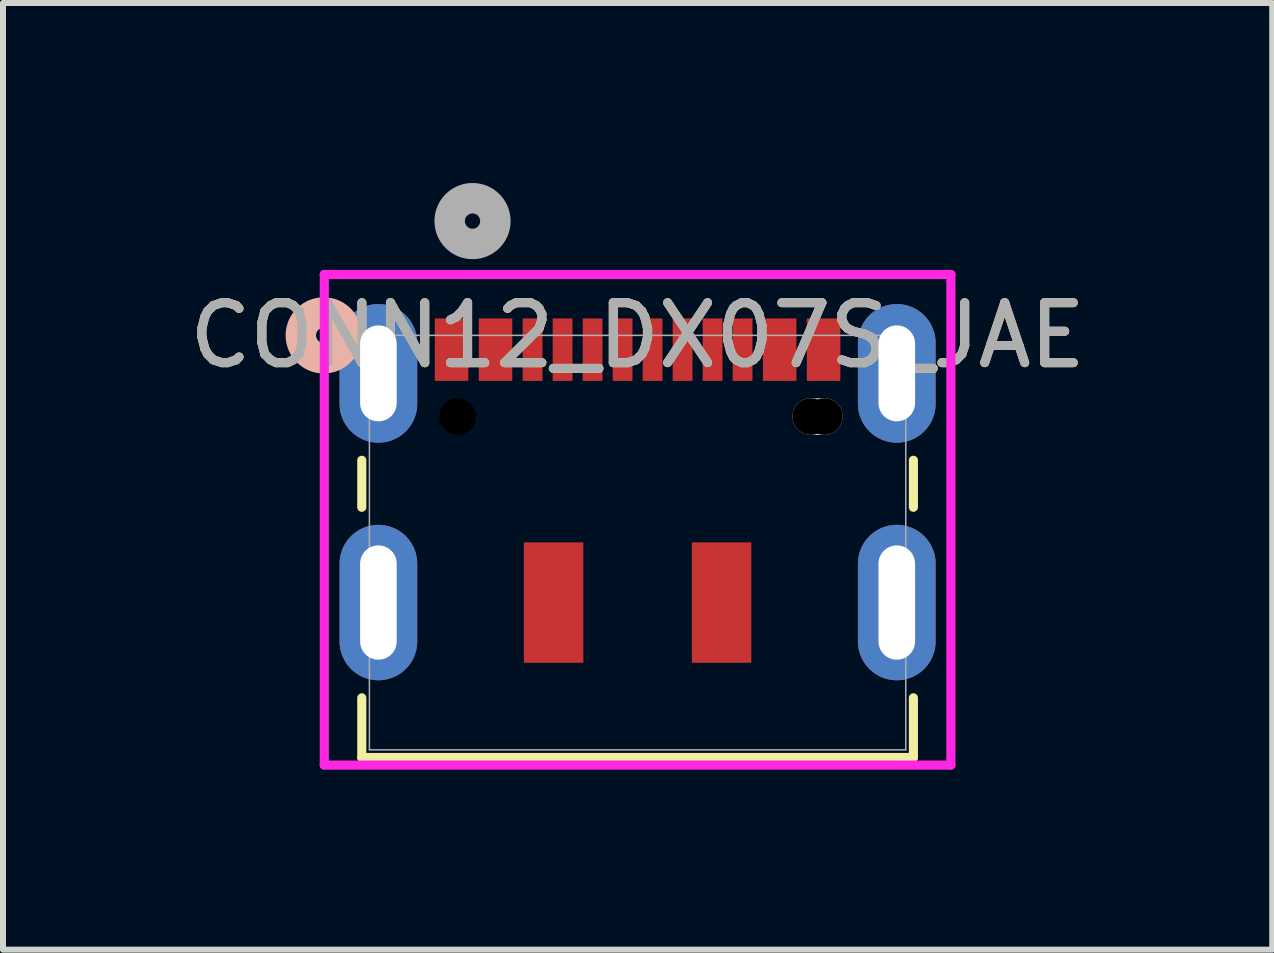
<source format=kicad_pcb>
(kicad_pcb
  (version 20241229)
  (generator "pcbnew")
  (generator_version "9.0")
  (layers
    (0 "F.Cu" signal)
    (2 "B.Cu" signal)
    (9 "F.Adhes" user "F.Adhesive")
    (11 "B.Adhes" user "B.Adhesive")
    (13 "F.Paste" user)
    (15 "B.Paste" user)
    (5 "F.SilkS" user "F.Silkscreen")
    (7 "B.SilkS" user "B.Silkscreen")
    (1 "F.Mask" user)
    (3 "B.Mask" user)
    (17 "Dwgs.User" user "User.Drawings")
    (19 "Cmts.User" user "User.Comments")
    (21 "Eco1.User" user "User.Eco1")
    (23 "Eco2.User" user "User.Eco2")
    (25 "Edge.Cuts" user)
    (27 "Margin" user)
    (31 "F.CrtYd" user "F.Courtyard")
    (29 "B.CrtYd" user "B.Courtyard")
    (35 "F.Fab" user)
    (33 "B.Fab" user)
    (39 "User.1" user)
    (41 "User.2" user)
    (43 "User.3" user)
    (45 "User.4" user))
  (footprint "CONN12_DX07S_JAE"
    (layer "F.Cu")
    (at 7.577 5.994)
    (property "Reference" "CONN12_DX07S_JAE" (at 0 -3.454 0) (unlocked yes) (layer "F.SilkS") (effects (font (size 1 1) (thickness 0.15))))
    (attr smd)
    (fp_line (start -4.597 -0.589) (end -4.597 -1.372) (stroke (width 0.152) (type solid)) (layer "F.SilkS"))
    (fp_line (start -4.597 3.581) (end -4.597 2.587) (stroke (width 0.152) (type solid)) (layer "F.SilkS"))
    (fp_line (start 4.597 -1.372) (end 4.597 -0.589) (stroke (width 0.152) (type solid)) (layer "F.SilkS"))
    (fp_line (start 4.597 2.587) (end 4.597 3.581) (stroke (width 0.152) (type solid)) (layer "F.SilkS"))
    (fp_line (start 4.597 3.581) (end -4.597 3.581) (stroke (width 0.152) (type solid)) (layer "F.SilkS"))
    (fp_circle (center -5.232 -3.454) (end -4.851 -3.454) (stroke (width 0.508) (type solid)) (fill no) (layer "B.SilkS"))
    (fp_line (start 2.886 -2.101) (end 3.114 -2.101) (stroke (width 0.61) (type solid)) (layer "Edge.Cuts"))
    (fp_line (start -5.222 -4.469) (end -5.222 3.708) (stroke (width 0.152) (type solid)) (layer "F.CrtYd"))
    (fp_line (start -5.222 3.708) (end 5.222 3.708) (stroke (width 0.152) (type solid)) (layer "F.CrtYd"))
    (fp_line (start 5.222 -4.469) (end -5.222 -4.469) (stroke (width 0.152) (type solid)) (layer "F.CrtYd"))
    (fp_line (start 5.222 3.708) (end 5.222 -4.469) (stroke (width 0.152) (type solid)) (layer "F.CrtYd"))
    (fp_line (start -4.47 -3.454) (end -4.47 3.454) (stroke (width 0.025) (type solid)) (layer "F.Fab"))
    (fp_line (start -4.47 3.454) (end 4.47 3.454) (stroke (width 0.025) (type solid)) (layer "F.Fab"))
    (fp_line (start 4.47 -3.454) (end -4.47 -3.454) (stroke (width 0.025) (type solid)) (layer "F.Fab"))
    (fp_line (start 4.47 3.454) (end 4.47 -3.454) (stroke (width 0.025) (type solid)) (layer "F.Fab"))
    (fp_circle (center -2.751 -5.359) (end -2.37 -5.359) (stroke (width 0.508) (type solid)) (fill no) (layer "F.Fab"))
    (fp_text user "${REFERENCE}" (at 0 -3.454 0) (unlocked yes) (layer "F.Fab") (effects (font (size 1 1) (thickness 0.15))))
    (pad "" np_thru_hole oval (at -4.32 0.999) (size 1.295 2.591) (drill oval 0.61 1.905) (layers "*.Cu" "*.Mask"))
    (pad "" np_thru_hole oval (at -4.32 -2.821) (size 1.295 2.311) (drill oval 0.61 1.6) (layers "*.Cu" "*.Mask"))
    (pad "" np_thru_hole circle (at -3 -2.101) (size 0.61 0.61) (drill 0.61) (layers))
    (pad "" np_thru_hole circle (at 2.886 -2.101) (size 0.61 0.61) (drill 0.61) (layers))
    (pad "" np_thru_hole circle (at 3.114 -2.101) (size 0.61 0.61) (drill 0.61) (layers))
    (pad "" np_thru_hole oval (at 4.32 -2.821) (size 1.295 2.311) (drill oval 0.61 1.6) (layers "*.Cu" "*.Mask"))
    (pad "" np_thru_hole oval (at 4.32 0.999) (size 1.295 2.591) (drill oval 0.61 1.905) (layers "*.Cu" "*.Mask"))
    (pad "1" smd rect (at -3.1 -3.216) (size 0.559 1.041) (layers "F.Cu" "F.Mask" "F.Paste"))
    (pad "2" smd rect (at -2.368 -3.216) (size 0.559 1.041) (layers "F.Cu" "F.Mask" "F.Paste"))
    (pad "3" smd rect (at -1.75 -3.216) (size 0.33 1.041) (layers "F.Cu" "F.Mask" "F.Paste"))
    (pad "4" smd rect (at -1.25 -3.216) (size 0.33 1.041) (layers "F.Cu" "F.Mask" "F.Paste"))
    (pad "5" smd rect (at -0.75 -3.216) (size 0.33 1.041) (layers "F.Cu" "F.Mask" "F.Paste"))
    (pad "6" smd rect (at -0.25 -3.216) (size 0.33 1.041) (layers "F.Cu" "F.Mask" "F.Paste"))
    (pad "7" smd rect (at 0.25 -3.216) (size 0.33 1.041) (layers "F.Cu" "F.Mask" "F.Paste"))
    (pad "8" smd rect (at 0.75 -3.216) (size 0.33 1.041) (layers "F.Cu" "F.Mask" "F.Paste"))
    (pad "9" smd rect (at 1.25 -3.216) (size 0.33 1.041) (layers "F.Cu" "F.Mask" "F.Paste"))
    (pad "10" smd rect (at 1.75 -3.216) (size 0.33 1.041) (layers "F.Cu" "F.Mask" "F.Paste"))
    (pad "11" smd rect (at 2.368 -3.216) (size 0.559 1.041) (layers "F.Cu" "F.Mask" "F.Paste"))
    (pad "12" smd rect (at 3.1 -3.216) (size 0.559 1.041) (layers "F.Cu" "F.Mask" "F.Paste"))
    (pad "17" smd rect (at -1.4 0.999) (size 0.991 2.007) (layers "F.Cu" "F.Mask" "F.Paste"))
    (pad "18" smd rect (at 1.4 0.999) (size 0.991 2.007) (layers "F.Cu" "F.Mask" "F.Paste")))
  (gr_rect
    (start -3 -3)
    (end 18.155 12.779)
    (stroke (width 0.1) (type default))
    (fill no)
    (layer "Edge.Cuts")))
</source>
